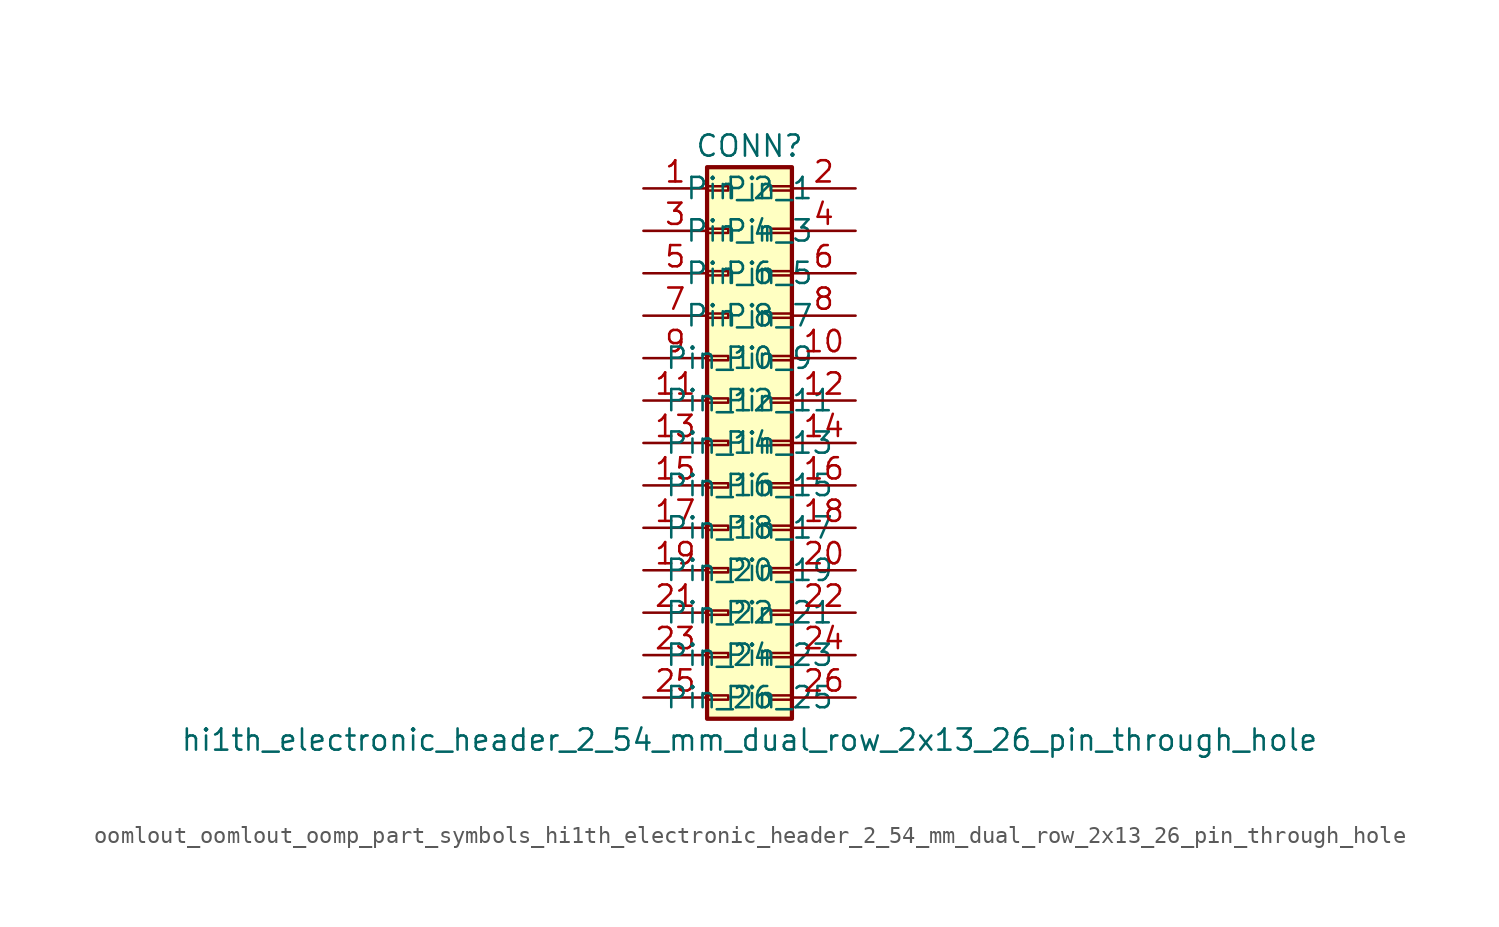
<source format=kicad_sym>
(kicad_symbol_lib
  (version 20220914)
  (generator kicad_symbol_editor)
  (symbol "oomlout_oomlout_oomp_part_symbols_hi1th_electronic_header_2_54_mm_dual_row_2x13_26_pin_through_hole"
    (pin_names
      (offset 1.016))
    (property "Reference" "CONN"
      (at 1.27 17.78 0)
      (effects (font (size 1.27 1.27))))
    (property "Value" "hi1th_electronic_header_2_54_mm_dual_row_2x13_26_pin_through_hole"
      (at 1.27 -17.78 0)
      (effects (font (size 1.27 1.27))))
    (symbol "oomlout_oomlout_oomp_part_symbols_hi1th_electronic_header_2_54_mm_dual_row_2x13_26_pin_through_hole_1_1"
      (rectangle (start -1.27 -15.113) (end 0 -15.367) (stroke (width 0.152) (type default)) (fill (type none)))
      (rectangle (start -1.27 -12.573) (end 0 -12.827) (stroke (width 0.152) (type default)) (fill (type none)))
      (rectangle (start -1.27 -10.033) (end 0 -10.287) (stroke (width 0.152) (type default)) (fill (type none)))
      (rectangle (start -1.27 -7.493) (end 0 -7.747) (stroke (width 0.152) (type default)) (fill (type none)))
      (rectangle (start -1.27 -4.953) (end 0 -5.207) (stroke (width 0.152) (type default)) (fill (type none)))
      (rectangle (start -1.27 -2.413) (end 0 -2.667) (stroke (width 0.152) (type default)) (fill (type none)))
      (rectangle (start -1.27 0.127) (end 0 -0.127) (stroke (width 0.152) (type default)) (fill (type none)))
      (rectangle (start -1.27 2.667) (end 0 2.413) (stroke (width 0.152) (type default)) (fill (type none)))
      (rectangle (start -1.27 5.207) (end 0 4.953) (stroke (width 0.152) (type default)) (fill (type none)))
      (rectangle (start -1.27 7.747) (end 0 7.493) (stroke (width 0.152) (type default)) (fill (type none)))
      (rectangle (start -1.27 10.287) (end 0 10.033) (stroke (width 0.152) (type default)) (fill (type none)))
      (rectangle (start -1.27 12.827) (end 0 12.573) (stroke (width 0.152) (type default)) (fill (type none)))
      (rectangle (start -1.27 15.367) (end 0 15.113) (stroke (width 0.152) (type default)) (fill (type none)))
      (rectangle (start -1.27 16.51) (end 3.81 -16.51) (stroke (width 0.254) (type default)) (fill (type background)))
      (rectangle (start 3.81 -15.113) (end 2.54 -15.367) (stroke (width 0.152) (type default)) (fill (type none)))
      (rectangle (start 3.81 -12.573) (end 2.54 -12.827) (stroke (width 0.152) (type default)) (fill (type none)))
      (rectangle (start 3.81 -10.033) (end 2.54 -10.287) (stroke (width 0.152) (type default)) (fill (type none)))
      (rectangle (start 3.81 -7.493) (end 2.54 -7.747) (stroke (width 0.152) (type default)) (fill (type none)))
      (rectangle (start 3.81 -4.953) (end 2.54 -5.207) (stroke (width 0.152) (type default)) (fill (type none)))
      (rectangle (start 3.81 -2.413) (end 2.54 -2.667) (stroke (width 0.152) (type default)) (fill (type none)))
      (rectangle (start 3.81 0.127) (end 2.54 -0.127) (stroke (width 0.152) (type default)) (fill (type none)))
      (rectangle (start 3.81 2.667) (end 2.54 2.413) (stroke (width 0.152) (type default)) (fill (type none)))
      (rectangle (start 3.81 5.207) (end 2.54 4.953) (stroke (width 0.152) (type default)) (fill (type none)))
      (rectangle (start 3.81 7.747) (end 2.54 7.493) (stroke (width 0.152) (type default)) (fill (type none)))
      (rectangle (start 3.81 10.287) (end 2.54 10.033) (stroke (width 0.152) (type default)) (fill (type none)))
      (rectangle (start 3.81 12.827) (end 2.54 12.573) (stroke (width 0.152) (type default)) (fill (type none)))
      (rectangle (start 3.81 15.367) (end 2.54 15.113) (stroke (width 0.152) (type default)) (fill (type none)))
      (pin passive line (at -5.08 15.24 0) (length 3.81) (name "Pin_1" (effects (font (size 1.27 1.27)))) (number "1" (effects (font (size 1.27 1.27)))))
      (pin passive line (at 7.62 5.08 180) (length 3.81) (name "Pin_10" (effects (font (size 1.27 1.27)))) (number "10" (effects (font (size 1.27 1.27)))))
      (pin passive line (at -5.08 2.54 0) (length 3.81) (name "Pin_11" (effects (font (size 1.27 1.27)))) (number "11" (effects (font (size 1.27 1.27)))))
      (pin passive line (at 7.62 2.54 180) (length 3.81) (name "Pin_12" (effects (font (size 1.27 1.27)))) (number "12" (effects (font (size 1.27 1.27)))))
      (pin passive line (at -5.08 0 0) (length 3.81) (name "Pin_13" (effects (font (size 1.27 1.27)))) (number "13" (effects (font (size 1.27 1.27)))))
      (pin passive line (at 7.62 0 180) (length 3.81) (name "Pin_14" (effects (font (size 1.27 1.27)))) (number "14" (effects (font (size 1.27 1.27)))))
      (pin passive line (at -5.08 -2.54 0) (length 3.81) (name "Pin_15" (effects (font (size 1.27 1.27)))) (number "15" (effects (font (size 1.27 1.27)))))
      (pin passive line (at 7.62 -2.54 180) (length 3.81) (name "Pin_16" (effects (font (size 1.27 1.27)))) (number "16" (effects (font (size 1.27 1.27)))))
      (pin passive line (at -5.08 -5.08 0) (length 3.81) (name "Pin_17" (effects (font (size 1.27 1.27)))) (number "17" (effects (font (size 1.27 1.27)))))
      (pin passive line (at 7.62 -5.08 180) (length 3.81) (name "Pin_18" (effects (font (size 1.27 1.27)))) (number "18" (effects (font (size 1.27 1.27)))))
      (pin passive line (at -5.08 -7.62 0) (length 3.81) (name "Pin_19" (effects (font (size 1.27 1.27)))) (number "19" (effects (font (size 1.27 1.27)))))
      (pin passive line (at 7.62 15.24 180) (length 3.81) (name "Pin_2" (effects (font (size 1.27 1.27)))) (number "2" (effects (font (size 1.27 1.27)))))
      (pin passive line (at 7.62 -7.62 180) (length 3.81) (name "Pin_20" (effects (font (size 1.27 1.27)))) (number "20" (effects (font (size 1.27 1.27)))))
      (pin passive line (at -5.08 -10.16 0) (length 3.81) (name "Pin_21" (effects (font (size 1.27 1.27)))) (number "21" (effects (font (size 1.27 1.27)))))
      (pin passive line (at 7.62 -10.16 180) (length 3.81) (name "Pin_22" (effects (font (size 1.27 1.27)))) (number "22" (effects (font (size 1.27 1.27)))))
      (pin passive line (at -5.08 -12.7 0) (length 3.81) (name "Pin_23" (effects (font (size 1.27 1.27)))) (number "23" (effects (font (size 1.27 1.27)))))
      (pin passive line (at 7.62 -12.7 180) (length 3.81) (name "Pin_24" (effects (font (size 1.27 1.27)))) (number "24" (effects (font (size 1.27 1.27)))))
      (pin passive line (at -5.08 -15.24 0) (length 3.81) (name "Pin_25" (effects (font (size 1.27 1.27)))) (number "25" (effects (font (size 1.27 1.27)))))
      (pin passive line (at 7.62 -15.24 180) (length 3.81) (name "Pin_26" (effects (font (size 1.27 1.27)))) (number "26" (effects (font (size 1.27 1.27)))))
      (pin passive line (at -5.08 12.7 0) (length 3.81) (name "Pin_3" (effects (font (size 1.27 1.27)))) (number "3" (effects (font (size 1.27 1.27)))))
      (pin passive line (at 7.62 12.7 180) (length 3.81) (name "Pin_4" (effects (font (size 1.27 1.27)))) (number "4" (effects (font (size 1.27 1.27)))))
      (pin passive line (at -5.08 10.16 0) (length 3.81) (name "Pin_5" (effects (font (size 1.27 1.27)))) (number "5" (effects (font (size 1.27 1.27)))))
      (pin passive line (at 7.62 10.16 180) (length 3.81) (name "Pin_6" (effects (font (size 1.27 1.27)))) (number "6" (effects (font (size 1.27 1.27)))))
      (pin passive line (at -5.08 7.62 0) (length 3.81) (name "Pin_7" (effects (font (size 1.27 1.27)))) (number "7" (effects (font (size 1.27 1.27)))))
      (pin passive line (at 7.62 7.62 180) (length 3.81) (name "Pin_8" (effects (font (size 1.27 1.27)))) (number "8" (effects (font (size 1.27 1.27)))))
      (pin passive line (at -5.08 5.08 0) (length 3.81) (name "Pin_9" (effects (font (size 1.27 1.27)))) (number "9" (effects (font (size 1.27 1.27))))))))
</source>
